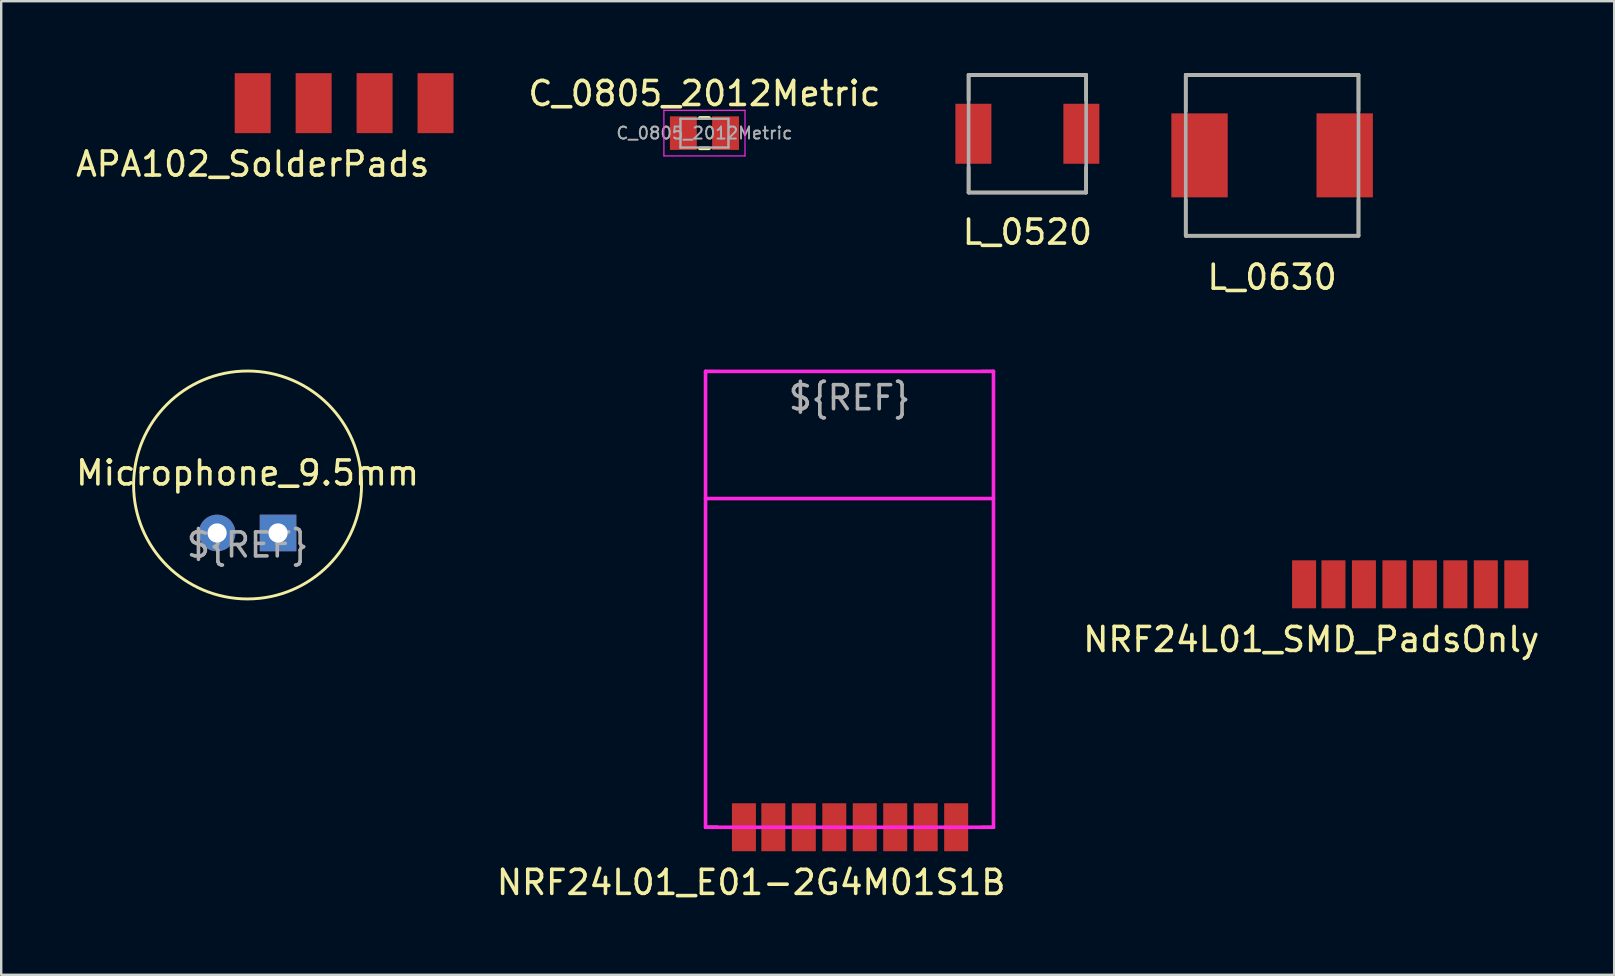
<source format=kicad_pcb>
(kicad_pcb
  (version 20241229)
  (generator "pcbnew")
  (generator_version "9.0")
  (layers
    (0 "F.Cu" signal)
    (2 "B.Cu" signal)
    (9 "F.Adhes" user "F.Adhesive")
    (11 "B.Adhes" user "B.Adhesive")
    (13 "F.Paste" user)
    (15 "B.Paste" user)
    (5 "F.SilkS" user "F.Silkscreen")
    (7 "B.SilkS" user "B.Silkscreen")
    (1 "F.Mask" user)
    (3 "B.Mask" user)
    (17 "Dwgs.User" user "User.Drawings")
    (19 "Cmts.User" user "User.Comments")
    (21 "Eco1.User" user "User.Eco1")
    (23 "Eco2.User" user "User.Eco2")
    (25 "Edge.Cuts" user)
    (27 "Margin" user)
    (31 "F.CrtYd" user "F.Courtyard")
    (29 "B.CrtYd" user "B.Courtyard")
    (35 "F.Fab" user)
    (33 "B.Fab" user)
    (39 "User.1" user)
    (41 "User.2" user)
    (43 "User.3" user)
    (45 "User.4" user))
  (footprint "L_0630"
    (layer "F.Cu")
    (at 49.969 3.425)
    (property "Reference" "L_0630" (at 0 5.08 0) (layer "F.SilkS") (effects (font (size 1 1) (thickness 0.15))))
    (attr through_hole)
    (fp_line (start -3.6 -3.35) (end -3.6 -1.85) (stroke (width 0.15) (type solid)) (layer "F.SilkS"))
    (fp_line (start -3.6 -3.35) (end 3.6 -3.35) (stroke (width 0.15) (type solid)) (layer "F.SilkS"))
    (fp_line (start -3.6 3.35) (end -3.6 1.85) (stroke (width 0.15) (type solid)) (layer "F.SilkS"))
    (fp_line (start -3.6 3.35) (end 3.6 3.35) (stroke (width 0.15) (type solid)) (layer "F.SilkS"))
    (fp_line (start 3.6 -3.35) (end 3.6 -1.85) (stroke (width 0.15) (type solid)) (layer "F.SilkS"))
    (fp_line (start 3.6 3.35) (end 3.6 1.85) (stroke (width 0.15) (type solid)) (layer "F.SilkS"))
    (fp_line (start -3.6 3.35) (end -3.6 -3.35) (stroke (width 0.15) (type solid)) (layer "F.Fab"))
    (fp_line (start -3.6 3.35) (end 3.6 3.35) (stroke (width 0.15) (type solid)) (layer "F.Fab"))
    (fp_line (start 3.6 -3.35) (end -3.6 -3.35) (stroke (width 0.15) (type solid)) (layer "F.Fab"))
    (fp_line (start 3.6 3.35) (end 3.6 -3.35) (stroke (width 0.15) (type solid)) (layer "F.Fab"))
    (pad "1" smd rect (at -3.025 0) (size 2.35 3.5) (layers "F.Cu" "F.Mask" "F.Paste"))
    (pad "2" smd rect (at 3.025 0) (size 2.35 3.5) (layers "F.Cu" "F.Mask" "F.Paste")))
  (footprint "L_0520"
    (layer "F.Cu")
    (at 39.769 2.525)
    (property "Reference" "L_0520" (at 0 4.1 0) (layer "F.SilkS") (effects (font (size 1 1) (thickness 0.15))))
    (attr through_hole)
    (fp_line (start -2.45 -2.45) (end -2.45 -1.4) (stroke (width 0.15) (type solid)) (layer "F.SilkS"))
    (fp_line (start -2.45 -2.45) (end 2.45 -2.45) (stroke (width 0.15) (type solid)) (layer "F.SilkS"))
    (fp_line (start -2.45 2.45) (end -2.45 1.4) (stroke (width 0.15) (type solid)) (layer "F.SilkS"))
    (fp_line (start -2.45 2.45) (end 2.45 2.45) (stroke (width 0.15) (type solid)) (layer "F.SilkS"))
    (fp_line (start 2.45 -2.45) (end 2.45 -1.4) (stroke (width 0.15) (type solid)) (layer "F.SilkS"))
    (fp_line (start 2.45 2.45) (end 2.45 1.4) (stroke (width 0.15) (type solid)) (layer "F.SilkS"))
    (fp_line (start -2.45 2.45) (end -2.45 -2.45) (stroke (width 0.15) (type solid)) (layer "F.Fab"))
    (fp_line (start -2.45 2.45) (end 2.45 2.45) (stroke (width 0.15) (type solid)) (layer "F.Fab"))
    (fp_line (start 2.45 -2.45) (end -2.45 -2.45) (stroke (width 0.15) (type solid)) (layer "F.Fab"))
    (fp_line (start 2.45 2.45) (end 2.45 -2.45) (stroke (width 0.15) (type solid)) (layer "F.Fab"))
    (pad "1" smd rect (at -2.25 0) (size 1.5 2.5) (layers "F.Cu" "F.Mask" "F.Paste"))
    (pad "2" smd rect (at 2.25 0) (size 1.5 2.5) (layers "F.Cu" "F.Mask" "F.Paste")))
  (footprint "Microphone_9.5mm"
    (layer "F.Cu")
    (at 7.268 17.163)
    (property "Reference" "Microphone_9.5mm" (at 0 -0.5 0) (unlocked yes) (layer "F.SilkS") (effects (font (size 1 1) (thickness 0.15))))
    (attr through_hole)
    (fp_circle (center 0 0) (end 4.75 0) (stroke (width 0.12) (type solid)) (fill no) (layer "F.SilkS"))
    (fp_text user "${REF}" (at 0 2.5 0) (unlocked yes) (layer "F.Fab") (effects (font (size 1 1) (thickness 0.15))))
    (pad "1" thru_hole rect (at 1.27 2) (size 1.524 1.524) (drill 0.8) (layers "*.Cu" "*.Mask"))
    (pad "2" thru_hole circle (at -1.27 2) (size 1.524 1.524) (drill 0.8) (layers "*.Cu" "*.Mask")))
  (footprint "APA102_SolderPads"
    (layer "F.Cu")
    (at 11.292 1.25)
    (property "Reference" "APA102_SolderPads" (at -3.81 2.54 0) (unlocked yes) (layer "F.SilkS") (effects (font (size 1 1) (thickness 0.15))))
    (attr exclude_from_pos_files exclude_from_bom)
    (pad "1" smd rect (at -3.81 0) (size 1.5 2.5) (layers "F.Cu" "F.Mask"))
    (pad "2" smd rect (at -1.27 0) (size 1.5 2.5) (layers "F.Cu" "F.Mask"))
    (pad "3" smd rect (at 1.27 0) (size 1.5 2.5) (layers "F.Cu" "F.Mask"))
    (pad "4" smd rect (at 3.81 0) (size 1.5 2.5) (layers "F.Cu" "F.Mask")))
  (footprint "NRF24L01_SMD_PadsOnly"
    (layer "F.Cu")
    (at 55.701 12.603)
    (property "Reference" "NRF24L01_SMD_PadsOnly" (at -4.1 11 0) (unlocked yes) (layer "F.SilkS") (effects (font (size 1 1) (thickness 0.15))))
    (attr smd)
    (pad "1" smd rect (at -3.175 8.7) (size 1 2) (layers "F.Cu" "F.Mask" "F.Paste"))
    (pad "2" smd rect (at -4.4 8.7) (size 1 2) (layers "F.Cu" "F.Mask" "F.Paste"))
    (pad "3" smd rect (at -1.905 8.7) (size 1 2) (layers "F.Cu" "F.Mask" "F.Paste"))
    (pad "4" smd rect (at -0.635 8.7) (size 1 2) (layers "F.Cu" "F.Mask" "F.Paste"))
    (pad "5" smd rect (at 0.635 8.7) (size 1 2) (layers "F.Cu" "F.Mask" "F.Paste"))
    (pad "6" smd rect (at 1.905 8.7) (size 1 2) (layers "F.Cu" "F.Mask" "F.Paste"))
    (pad "7" smd rect (at 3.175 8.7) (size 1 2) (layers "F.Cu" "F.Mask" "F.Paste"))
    (pad "8" smd rect (at 4.445 8.7) (size 1 2) (layers "F.Cu" "F.Mask" "F.Paste")))
  (footprint "C_0805_2012Metric"
    (layer "F.Cu")
    (at 26.31 2.498)
    (property "Reference" "C_0805_2012Metric" (at 0 -1.65 0) (layer "F.SilkS") (effects (font (size 1 1) (thickness 0.15))))
    (attr smd)
    (fp_line (start -0.191 -0.635) (end 0.191 -0.635) (stroke (width 0.15) (type solid)) (layer "F.SilkS"))
    (fp_line (start -0.191 0.635) (end 0.191 0.635) (stroke (width 0.15) (type solid)) (layer "F.SilkS"))
    (fp_line (start -1.69 -0.95) (end 1.69 -0.95) (stroke (width 0.05) (type solid)) (layer "F.CrtYd"))
    (fp_line (start -1.69 0.95) (end -1.69 -0.95) (stroke (width 0.05) (type solid)) (layer "F.CrtYd"))
    (fp_line (start 1.69 -0.95) (end 1.69 0.95) (stroke (width 0.05) (type solid)) (layer "F.CrtYd"))
    (fp_line (start 1.69 0.95) (end -1.69 0.95) (stroke (width 0.05) (type solid)) (layer "F.CrtYd"))
    (fp_line (start -1 -0.6) (end 1 -0.6) (stroke (width 0.1) (type solid)) (layer "F.Fab"))
    (fp_line (start -1 0.6) (end -1 -0.6) (stroke (width 0.1) (type solid)) (layer "F.Fab"))
    (fp_line (start 1 -0.6) (end 1 0.6) (stroke (width 0.1) (type solid)) (layer "F.Fab"))
    (fp_line (start 1 0.6) (end -1 0.6) (stroke (width 0.1) (type solid)) (layer "F.Fab"))
    (fp_text user "${REFERENCE}" (at 0 0 0) (layer "F.Fab") (effects (font (size 0.5 0.5) (thickness 0.08))))
    (pad "1" smd rect (at -0.88 0) (size 1.12 1.4) (layers "F.Cu" "F.Mask" "F.Paste"))
    (pad "2" smd rect (at 0.88 0) (size 1.12 1.4) (layers "F.Cu" "F.Mask" "F.Paste")))
  (footprint "NRF24L01_E01-2G4M01S1B"
    (layer "F.Cu")
    (at 32.356 22.728)
    (property "Reference" "NRF24L01_E01-2G4M01S1B" (at -4.1 11 0) (unlocked yes) (layer "F.SilkS") (effects (font (size 1 1) (thickness 0.15))))
    (attr through_hole)
    (fp_line (start -6 -10.3) (end -6 -9.8) (stroke (width 0.12) (type solid)) (layer "F.SilkS"))
    (fp_line (start -6 -10.3) (end -5.5 -10.3) (stroke (width 0.12) (type solid)) (layer "F.SilkS"))
    (fp_line (start -6 -9.8) (end -6 -10.3) (stroke (width 0.12) (type solid)) (layer "F.SilkS"))
    (fp_line (start -6 -5) (end -6 -5.5) (stroke (width 0.12) (type solid)) (layer "F.SilkS"))
    (fp_line (start -6 -5) (end -6 -4.6) (stroke (width 0.12) (type solid)) (layer "F.SilkS"))
    (fp_line (start -6 -5) (end -5.5 -5) (stroke (width 0.12) (type solid)) (layer "F.SilkS"))
    (fp_line (start -6 8.7) (end -6 8.2) (stroke (width 0.12) (type solid)) (layer "F.SilkS"))
    (fp_line (start -6 8.7) (end -5.5 8.7) (stroke (width 0.12) (type solid)) (layer "F.SilkS"))
    (fp_line (start -5.5 -5) (end -6 -5) (stroke (width 0.12) (type solid)) (layer "F.SilkS"))
    (fp_line (start -5.5 8.7) (end -6 8.7) (stroke (width 0.12) (type solid)) (layer "F.SilkS"))
    (fp_line (start 5.5 -10.3) (end 6 -10.3) (stroke (width 0.12) (type solid)) (layer "F.SilkS"))
    (fp_line (start 5.5 -5) (end 6 -5) (stroke (width 0.12) (type solid)) (layer "F.SilkS"))
    (fp_line (start 6 -10.3) (end 5.5 -10.3) (stroke (width 0.12) (type solid)) (layer "F.SilkS"))
    (fp_line (start 6 -10.3) (end 6 -9.8) (stroke (width 0.12) (type solid)) (layer "F.SilkS"))
    (fp_line (start 6 -5) (end 5.5 -5) (stroke (width 0.12) (type solid)) (layer "F.SilkS"))
    (fp_line (start 6 -5) (end 6 -5.4) (stroke (width 0.12) (type solid)) (layer "F.SilkS"))
    (fp_line (start 6 -5) (end 6 -4.5) (stroke (width 0.12) (type solid)) (layer "F.SilkS"))
    (fp_line (start 6 8.2) (end 6 8.7) (stroke (width 0.12) (type solid)) (layer "F.SilkS"))
    (fp_line (start 6 8.7) (end 5.5 8.7) (stroke (width 0.12) (type solid)) (layer "F.SilkS"))
    (fp_line (start 6 8.7) (end 6 8.2) (stroke (width 0.12) (type solid)) (layer "F.SilkS"))
    (fp_line (start -6 -10.3) (end 6 -10.3) (stroke (width 0.15) (type solid)) (layer "F.CrtYd"))
    (fp_line (start -6 -5) (end 6 -5) (stroke (width 0.15) (type solid)) (layer "F.CrtYd"))
    (fp_line (start -6 8.7) (end -6 -10.3) (stroke (width 0.15) (type solid)) (layer "F.CrtYd"))
    (fp_line (start 6 -10.3) (end 6 8.7) (stroke (width 0.15) (type solid)) (layer "F.CrtYd"))
    (fp_line (start 6 8.7) (end -6 8.7) (stroke (width 0.15) (type solid)) (layer "F.CrtYd"))
    (fp_text user "${REF}" (at 0 -9.2 0) (unlocked yes) (layer "F.Fab") (effects (font (size 1 1) (thickness 0.15))))
    (pad "1" smd rect (at 4.445 8.7) (size 1 2) (layers "F.Cu" "F.Mask" "F.Paste"))
    (pad "2" smd rect (at -4.4 8.7) (size 1 2) (layers "F.Cu" "F.Mask" "F.Paste"))
    (pad "3" smd rect (at -3.175 8.7) (size 1 2) (layers "F.Cu" "F.Mask" "F.Paste"))
    (pad "4" smd rect (at -1.905 8.7) (size 1 2) (layers "F.Cu" "F.Mask" "F.Paste"))
    (pad "5" smd rect (at -0.635 8.7) (size 1 2) (layers "F.Cu" "F.Mask" "F.Paste"))
    (pad "6" smd rect (at 0.635 8.7) (size 1 2) (layers "F.Cu" "F.Mask" "F.Paste"))
    (pad "7" smd rect (at 1.905 8.7) (size 1 2) (layers "F.Cu" "F.Mask" "F.Paste"))
    (pad "8" smd rect (at 3.175 8.7) (size 1 2) (layers "F.Cu" "F.Mask" "F.Paste")))
  (gr_rect
    (start -3 -3)
    (end 64.226 37.577)
    (stroke (width 0.1) (type default))
    (fill no)
    (layer "Edge.Cuts")))
</source>
